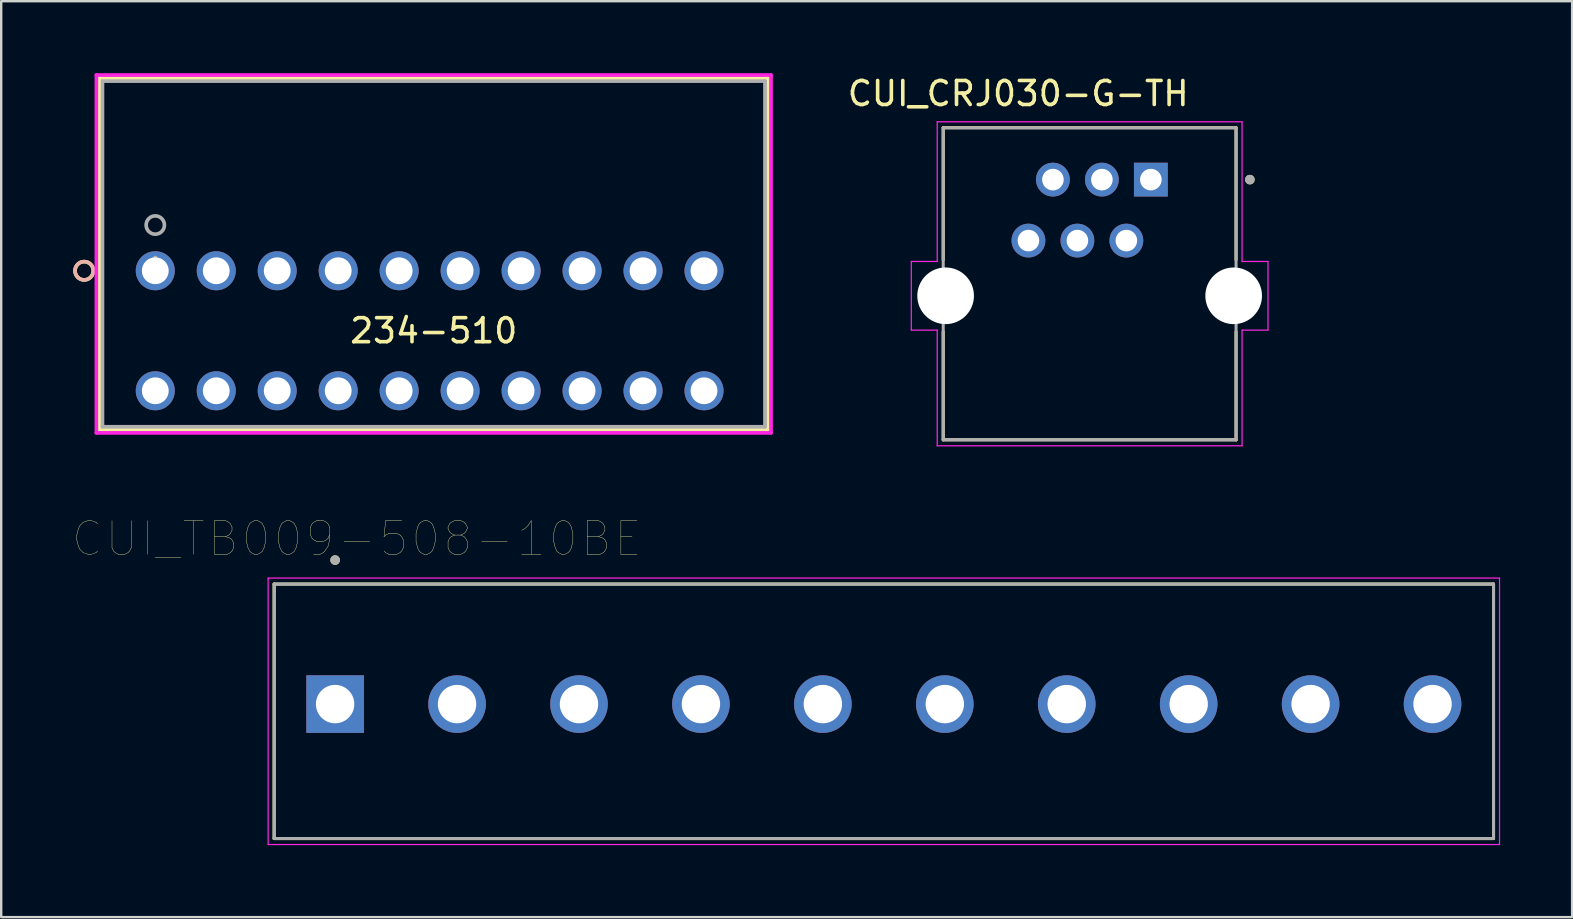
<source format=kicad_pcb>
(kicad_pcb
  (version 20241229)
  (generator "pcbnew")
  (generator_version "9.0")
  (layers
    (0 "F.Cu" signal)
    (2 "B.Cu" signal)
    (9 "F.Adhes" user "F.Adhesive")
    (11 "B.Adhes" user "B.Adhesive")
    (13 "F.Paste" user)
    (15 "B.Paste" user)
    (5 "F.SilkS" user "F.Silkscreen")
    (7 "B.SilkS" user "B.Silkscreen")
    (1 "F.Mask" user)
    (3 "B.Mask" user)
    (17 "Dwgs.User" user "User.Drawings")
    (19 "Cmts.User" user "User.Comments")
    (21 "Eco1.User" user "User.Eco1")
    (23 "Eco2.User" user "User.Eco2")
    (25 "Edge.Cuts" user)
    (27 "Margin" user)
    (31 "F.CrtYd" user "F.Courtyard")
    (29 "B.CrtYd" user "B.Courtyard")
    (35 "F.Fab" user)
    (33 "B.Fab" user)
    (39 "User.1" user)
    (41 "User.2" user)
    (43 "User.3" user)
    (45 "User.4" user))
  (footprint "CUI_CRJ030-G-TH"
    (layer "F.Cu")
    (at 42.345 9.273)
    (property "Reference" "CUI_CRJ030-G-TH" (at -2.975 -8.425 0) (layer "F.SilkS") (effects (font (size 1 1) (thickness 0.15))))
    (attr through_hole)
    (fp_line (start -6.1 -7) (end 6.1 -7) (stroke (width 0.127) (type solid)) (layer "F.SilkS"))
    (fp_line (start -6.1 -1.5) (end -6.1 -7) (stroke (width 0.127) (type solid)) (layer "F.SilkS"))
    (fp_line (start -6.1 6) (end -6.1 1.5) (stroke (width 0.127) (type solid)) (layer "F.SilkS"))
    (fp_line (start 6.1 -1.5) (end 6.1 -7) (stroke (width 0.127) (type solid)) (layer "F.SilkS"))
    (fp_line (start 6.1 6) (end -6.1 6) (stroke (width 0.127) (type solid)) (layer "F.SilkS"))
    (fp_line (start 6.1 6) (end 6.1 1.5) (stroke (width 0.127) (type solid)) (layer "F.SilkS"))
    (fp_circle (center 6.675 -4.84) (end 6.775 -4.84) (stroke (width 0.2) (type solid)) (fill no) (layer "F.SilkS"))
    (fp_line (start -7.43 -1.43) (end -6.35 -1.43) (stroke (width 0.05) (type solid)) (layer "F.CrtYd"))
    (fp_line (start -7.43 1.43) (end -7.43 -1.43) (stroke (width 0.05) (type solid)) (layer "F.CrtYd"))
    (fp_line (start -7.43 1.43) (end -6.35 1.43) (stroke (width 0.05) (type solid)) (layer "F.CrtYd"))
    (fp_line (start -6.35 -7.25) (end 6.35 -7.25) (stroke (width 0.05) (type solid)) (layer "F.CrtYd"))
    (fp_line (start -6.35 -1.43) (end -6.35 -7.25) (stroke (width 0.05) (type solid)) (layer "F.CrtYd"))
    (fp_line (start -6.35 6.25) (end -6.35 1.43) (stroke (width 0.05) (type solid)) (layer "F.CrtYd"))
    (fp_line (start 6.35 -1.43) (end 6.35 -7.25) (stroke (width 0.05) (type solid)) (layer "F.CrtYd"))
    (fp_line (start 6.35 -1.43) (end 7.43 -1.43) (stroke (width 0.05) (type solid)) (layer "F.CrtYd"))
    (fp_line (start 6.35 1.43) (end 7.43 1.43) (stroke (width 0.05) (type solid)) (layer "F.CrtYd"))
    (fp_line (start 6.35 6.25) (end -6.35 6.25) (stroke (width 0.05) (type solid)) (layer "F.CrtYd"))
    (fp_line (start 6.35 6.25) (end 6.35 1.43) (stroke (width 0.05) (type solid)) (layer "F.CrtYd"))
    (fp_line (start 7.43 1.43) (end 7.43 -1.43) (stroke (width 0.05) (type solid)) (layer "F.CrtYd"))
    (fp_line (start -6.1 -7) (end 6.1 -7) (stroke (width 0.127) (type solid)) (layer "F.Fab"))
    (fp_line (start -6.1 6) (end -6.1 -7) (stroke (width 0.127) (type solid)) (layer "F.Fab"))
    (fp_line (start 6.1 -7) (end 6.1 6) (stroke (width 0.127) (type solid)) (layer "F.Fab"))
    (fp_line (start 6.1 6) (end -6.1 6) (stroke (width 0.127) (type solid)) (layer "F.Fab"))
    (fp_circle (center 6.675 -4.84) (end 6.775 -4.84) (stroke (width 0.2) (type solid)) (fill no) (layer "F.Fab"))
    (pad "" np_thru_hole circle (at -6 0) (size 2.36 2.36) (drill 2.36) (layers "*.Cu" "*.Mask"))
    (pad "" np_thru_hole circle (at 6 0) (size 2.36 2.36) (drill 2.36) (layers "*.Cu" "*.Mask"))
    (pad "1" thru_hole rect (at 2.55 -4.84) (size 1.408 1.408) (drill 0.9) (layers "*.Cu" "*.Mask"))
    (pad "2" thru_hole circle (at 1.53 -2.3) (size 1.408 1.408) (drill 0.9) (layers "*.Cu" "*.Mask"))
    (pad "3" thru_hole circle (at 0.51 -4.84) (size 1.408 1.408) (drill 0.9) (layers "*.Cu" "*.Mask"))
    (pad "4" thru_hole circle (at -0.51 -2.3) (size 1.408 1.408) (drill 0.9) (layers "*.Cu" "*.Mask"))
    (pad "5" thru_hole circle (at -1.53 -4.84) (size 1.408 1.408) (drill 0.9) (layers "*.Cu" "*.Mask"))
    (pad "6" thru_hole circle (at -2.55 -2.3) (size 1.408 1.408) (drill 0.9) (layers "*.Cu" "*.Mask")))
  (footprint "234-510"
    (layer "F.Cu")
    (at 3.419 8.23)
    (property "Reference" "234-510" (at 11.6 2.5 0) (layer "F.SilkS") (effects (font (size 1 1) (thickness 0.15))))
    (attr through_hole)
    (fp_line (start -2.327 -8.027) (end -2.327 6.627) (stroke (width 0.152) (type solid)) (layer "F.SilkS"))
    (fp_line (start -2.327 6.627) (end 25.527 6.627) (stroke (width 0.152) (type solid)) (layer "F.SilkS"))
    (fp_line (start 25.527 -8.027) (end -2.327 -8.027) (stroke (width 0.152) (type solid)) (layer "F.SilkS"))
    (fp_line (start 25.527 6.627) (end 25.527 -8.027) (stroke (width 0.152) (type solid)) (layer "F.SilkS"))
    (fp_circle (center -2.962 0) (end -2.581 0) (stroke (width 0.152) (type solid)) (fill no) (layer "F.SilkS"))
    (fp_circle (center -2.962 0) (end -2.581 0) (stroke (width 0.152) (type solid)) (fill no) (layer "B.SilkS"))
    (fp_line (start -2.454 -8.154) (end -2.454 6.754) (stroke (width 0.152) (type solid)) (layer "F.CrtYd"))
    (fp_line (start -2.454 6.754) (end 25.654 6.754) (stroke (width 0.152) (type solid)) (layer "F.CrtYd"))
    (fp_line (start 25.654 -8.154) (end -2.454 -8.154) (stroke (width 0.152) (type solid)) (layer "F.CrtYd"))
    (fp_line (start 25.654 6.754) (end 25.654 -8.154) (stroke (width 0.152) (type solid)) (layer "F.CrtYd"))
    (fp_line (start -2.2 -7.9) (end -2.2 6.5) (stroke (width 0.152) (type solid)) (layer "F.Fab"))
    (fp_line (start -2.2 6.5) (end 25.4 6.5) (stroke (width 0.152) (type solid)) (layer "F.Fab"))
    (fp_line (start 25.4 -7.9) (end -2.2 -7.9) (stroke (width 0.152) (type solid)) (layer "F.Fab"))
    (fp_line (start 25.4 6.5) (end 25.4 -7.9) (stroke (width 0.152) (type solid)) (layer "F.Fab"))
    (fp_circle (center 0 -1.905) (end 0.381 -1.905) (stroke (width 0.152) (type solid)) (fill no) (layer "F.Fab"))
    (fp_text user "*" (at 0 0 0) (layer "F.SilkS") (effects (font (size 1 1) (thickness 0.15))))
    (fp_text user "Copyright 2016 Accelerated Designs. All rights reserved." (at 0 0 0) (layer "Cmts.User") (effects (font (size 0.127 0.127) (thickness 0.002))))
    (fp_text user "*" (at 0 0 0) (layer "F.Fab") (effects (font (size 1 1) (thickness 0.15))))
    (pad "1" thru_hole circle (at 0 0) (size 1.626 1.626) (drill 1.118) (layers "*.Cu" "*.Mask"))
    (pad "2" thru_hole circle (at 0 5) (size 1.626 1.626) (drill 1.118) (layers "*.Cu" "*.Mask"))
    (pad "3" thru_hole circle (at 2.54 0) (size 1.626 1.626) (drill 1.118) (layers "*.Cu" "*.Mask"))
    (pad "4" thru_hole circle (at 2.54 5) (size 1.626 1.626) (drill 1.118) (layers "*.Cu" "*.Mask"))
    (pad "5" thru_hole circle (at 5.08 0) (size 1.626 1.626) (drill 1.118) (layers "*.Cu" "*.Mask"))
    (pad "6" thru_hole circle (at 5.08 5) (size 1.626 1.626) (drill 1.118) (layers "*.Cu" "*.Mask"))
    (pad "7" thru_hole circle (at 7.62 0) (size 1.626 1.626) (drill 1.118) (layers "*.Cu" "*.Mask"))
    (pad "8" thru_hole circle (at 7.62 5) (size 1.626 1.626) (drill 1.118) (layers "*.Cu" "*.Mask"))
    (pad "9" thru_hole circle (at 10.16 0) (size 1.626 1.626) (drill 1.118) (layers "*.Cu" "*.Mask"))
    (pad "10" thru_hole circle (at 10.16 5) (size 1.626 1.626) (drill 1.118) (layers "*.Cu" "*.Mask"))
    (pad "11" thru_hole circle (at 12.7 0) (size 1.626 1.626) (drill 1.118) (layers "*.Cu" "*.Mask"))
    (pad "12" thru_hole circle (at 12.7 5) (size 1.626 1.626) (drill 1.118) (layers "*.Cu" "*.Mask"))
    (pad "13" thru_hole circle (at 15.24 0) (size 1.626 1.626) (drill 1.118) (layers "*.Cu" "*.Mask"))
    (pad "14" thru_hole circle (at 15.24 5) (size 1.626 1.626) (drill 1.118) (layers "*.Cu" "*.Mask"))
    (pad "15" thru_hole circle (at 17.78 0) (size 1.626 1.626) (drill 1.118) (layers "*.Cu" "*.Mask"))
    (pad "16" thru_hole circle (at 17.78 5) (size 1.626 1.626) (drill 1.118) (layers "*.Cu" "*.Mask"))
    (pad "17" thru_hole circle (at 20.32 0) (size 1.626 1.626) (drill 1.118) (layers "*.Cu" "*.Mask"))
    (pad "18" thru_hole circle (at 20.32 5) (size 1.626 1.626) (drill 1.118) (layers "*.Cu" "*.Mask"))
    (pad "19" thru_hole circle (at 22.86 0) (size 1.626 1.626) (drill 1.118) (layers "*.Cu" "*.Mask"))
    (pad "20" thru_hole circle (at 22.86 5) (size 1.626 1.626) (drill 1.118) (layers "*.Cu" "*.Mask")))
  (footprint "CUI_TB009-508-10BE"
    (layer "F.Cu")
    (at 10.911 26.283)
    (property "Reference" "CUI_TB009-508-10BE" (at 0.905 -6.889 0) (layer "F.SilkS") (effects (font (size 1.4 1.4) (thickness 0.015))))
    (attr through_hole)
    (fp_line (start -2.54 -5) (end 48.26 -5) (stroke (width 0.127) (type solid)) (layer "F.SilkS"))
    (fp_line (start -2.54 5.6) (end -2.54 -5) (stroke (width 0.127) (type solid)) (layer "F.SilkS"))
    (fp_line (start 48.26 -5) (end 48.26 5.6) (stroke (width 0.127) (type solid)) (layer "F.SilkS"))
    (fp_line (start 48.26 5.6) (end -2.54 5.6) (stroke (width 0.127) (type solid)) (layer "F.SilkS"))
    (fp_circle (center 0 -6) (end 0.1 -6) (stroke (width 0.2) (type solid)) (fill no) (layer "F.SilkS"))
    (fp_line (start -2.79 -5.25) (end 48.51 -5.25) (stroke (width 0.05) (type solid)) (layer "F.CrtYd"))
    (fp_line (start -2.79 5.85) (end -2.79 -5.25) (stroke (width 0.05) (type solid)) (layer "F.CrtYd"))
    (fp_line (start 48.51 -5.25) (end 48.51 5.85) (stroke (width 0.05) (type solid)) (layer "F.CrtYd"))
    (fp_line (start 48.51 5.85) (end -2.79 5.85) (stroke (width 0.05) (type solid)) (layer "F.CrtYd"))
    (fp_line (start -2.54 -5) (end 48.26 -5) (stroke (width 0.127) (type solid)) (layer "F.Fab"))
    (fp_line (start -2.54 5.6) (end -2.54 -5) (stroke (width 0.127) (type solid)) (layer "F.Fab"))
    (fp_line (start 48.26 -5) (end 48.26 5.6) (stroke (width 0.127) (type solid)) (layer "F.Fab"))
    (fp_line (start 48.26 5.6) (end -2.54 5.6) (stroke (width 0.127) (type solid)) (layer "F.Fab"))
    (fp_circle (center 0 -6) (end 0.1 -6) (stroke (width 0.2) (type solid)) (fill no) (layer "F.Fab"))
    (pad "1" thru_hole rect (at 0 0) (size 2.4 2.4) (drill 1.6) (layers "*.Cu" "*.Mask"))
    (pad "2" thru_hole circle (at 5.08 0) (size 2.4 2.4) (drill 1.6) (layers "*.Cu" "*.Mask"))
    (pad "3" thru_hole circle (at 10.16 0) (size 2.4 2.4) (drill 1.6) (layers "*.Cu" "*.Mask"))
    (pad "4" thru_hole circle (at 15.24 0) (size 2.4 2.4) (drill 1.6) (layers "*.Cu" "*.Mask"))
    (pad "5" thru_hole circle (at 20.32 0) (size 2.4 2.4) (drill 1.6) (layers "*.Cu" "*.Mask"))
    (pad "6" thru_hole circle (at 25.4 0) (size 2.4 2.4) (drill 1.6) (layers "*.Cu" "*.Mask"))
    (pad "7" thru_hole circle (at 30.48 0) (size 2.4 2.4) (drill 1.6) (layers "*.Cu" "*.Mask"))
    (pad "8" thru_hole circle (at 35.56 0) (size 2.4 2.4) (drill 1.6) (layers "*.Cu" "*.Mask"))
    (pad "9" thru_hole circle (at 40.64 0) (size 2.4 2.4) (drill 1.6) (layers "*.Cu" "*.Mask"))
    (pad "10" thru_hole circle (at 45.72 0) (size 2.4 2.4) (drill 1.6) (layers "*.Cu" "*.Mask")))
  (gr_rect
    (start -3 -3)
    (end 62.446 35.158)
    (stroke (width 0.1) (type default))
    (fill no)
    (layer "Edge.Cuts")))
</source>
